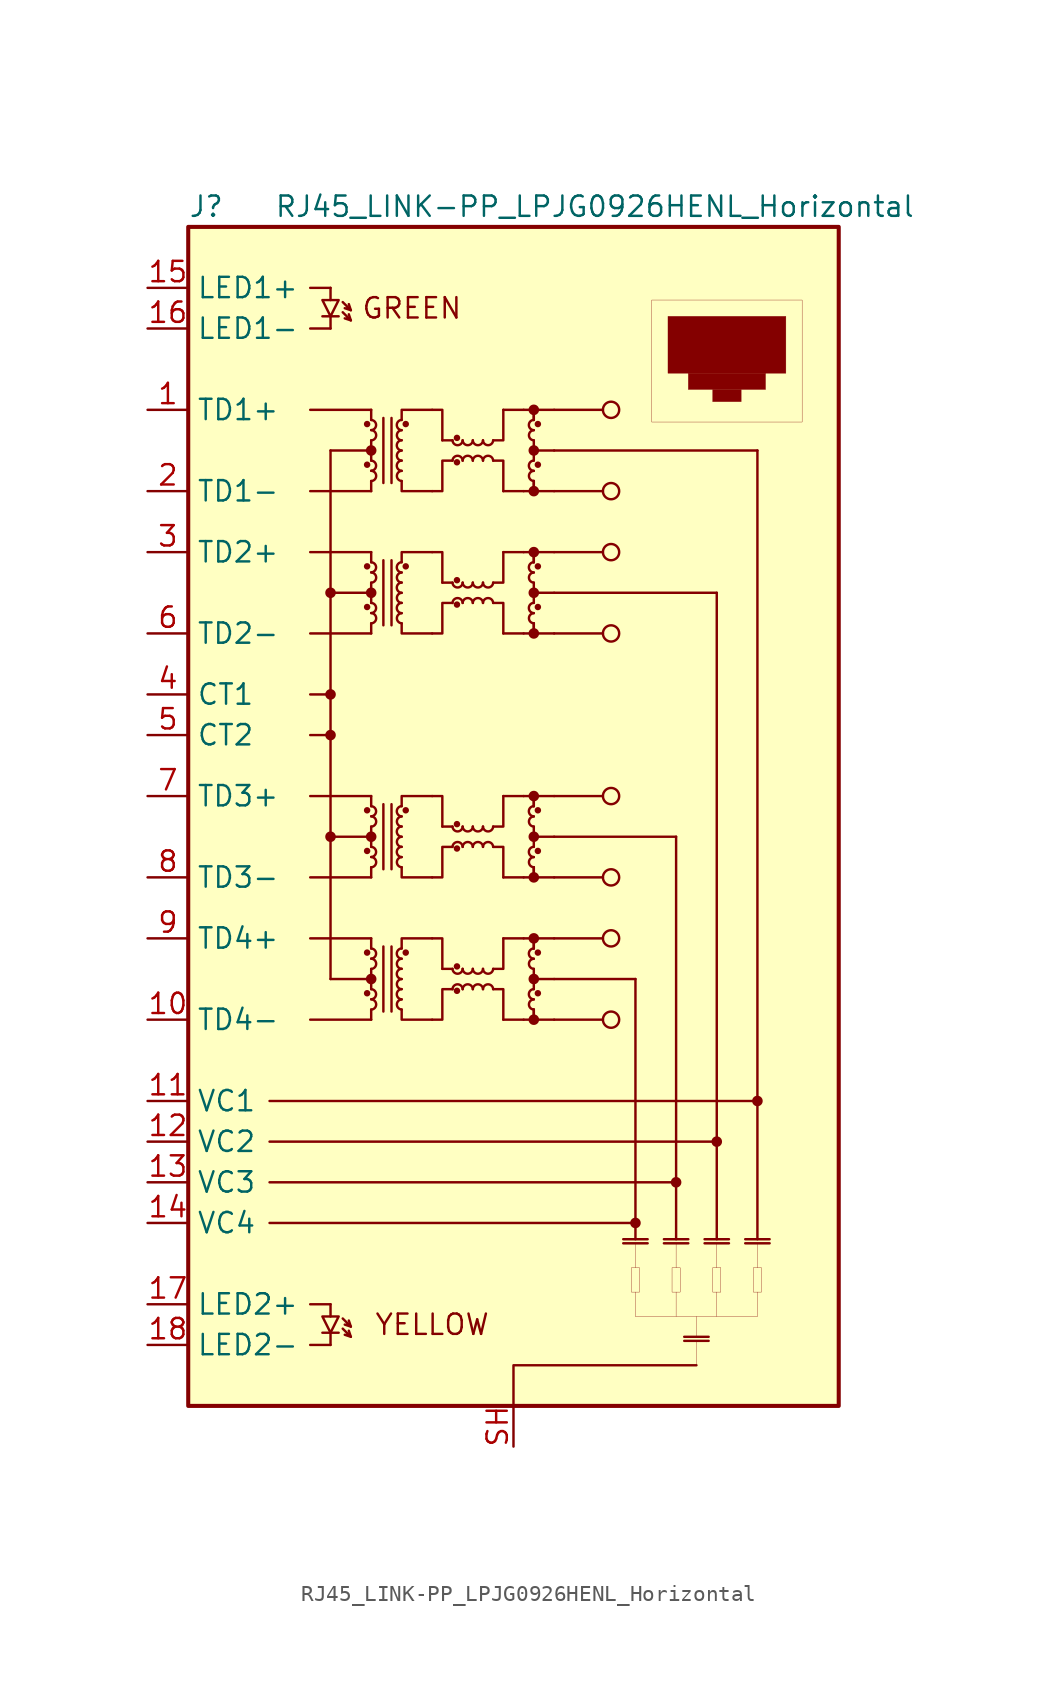
<source format=kicad_sym>
(kicad_symbol_lib
  (version 20211014)
  (generator kicad_symbol_editor)
  (symbol "RJ45_LINK-PP_LPJG0926HENL_Horizontal"
    (property "Reference" "J"
      (at -20.32 38.1 0)
      (effects (font (size 1.27 1.27)) (justify left)))
    (property "Value" "RJ45_LINK-PP_LPJG0926HENL_Horizontal"
      (at 5.08 38.1 0)
      (effects (font (size 1.27 1.27))))
    (symbol "RJ45_LINK-PP_LPJG0926HENL_Horizontal_0_0"
      (polyline (pts (xy 7.62 -31.242) (xy 15.24 -31.242)) (stroke (width 0.001) (type default) (color 0 0 0 0)) (fill (type none)))
      (polyline (pts (xy 7.62 -29.718) (xy 7.62 -31.242)) (stroke (width 0.001) (type default) (color 0 0 0 0)) (fill (type none)))
      (polyline (pts (xy 7.62 -26.67) (xy 7.62 -28.194)) (stroke (width 0.001) (type default) (color 0 0 0 0)) (fill (type none)))
      (polyline (pts (xy 10.16 -29.718) (xy 10.16 -31.242)) (stroke (width 0.001) (type default) (color 0 0 0 0)) (fill (type none)))
      (polyline (pts (xy 10.16 -26.67) (xy 10.16 -28.194)) (stroke (width 0.001) (type default) (color 0 0 0 0)) (fill (type none)))
      (polyline (pts (xy 11.43 -34.29) (xy 11.43 -32.766)) (stroke (width 0.001) (type default) (color 0 0 0 0)) (fill (type none)))
      (polyline (pts (xy 11.43 -32.512) (xy 11.43 -31.242)) (stroke (width 0.001) (type default) (color 0 0 0 0)) (fill (type none)))
      (polyline (pts (xy 12.7 -29.718) (xy 12.7 -31.242)) (stroke (width 0.001) (type default) (color 0 0 0 0)) (fill (type none)))
      (polyline (pts (xy 12.7 -26.67) (xy 12.7 -28.194)) (stroke (width 0.001) (type default) (color 0 0 0 0)) (fill (type none)))
      (polyline (pts (xy 15.24 -29.718) (xy 15.24 -31.242)) (stroke (width 0.001) (type default) (color 0 0 0 0)) (fill (type none)))
      (polyline (pts (xy 15.24 -26.67) (xy 15.24 -28.194)) (stroke (width 0.001) (type default) (color 0 0 0 0)) (fill (type none)))
      (rectangle (start 7.366 -28.194) (end 7.874 -29.718) (stroke (width 0.001) (type default) (color 0 0 0 0)) (fill (type none)))
      (rectangle (start 8.636 32.258) (end 18.034 24.638) (stroke (width 0.001) (type default) (color 0 0 0 0)) (fill (type none)))
      (rectangle (start 9.652 31.242) (end 17.018 27.686) (stroke (width 0.001) (type default) (color 0 0 0 0)) (fill (type outline)))
      (rectangle (start 9.906 -28.194) (end 10.414 -29.718) (stroke (width 0.001) (type default) (color 0 0 0 0)) (fill (type none)))
      (rectangle (start 10.922 27.686) (end 15.748 26.67) (stroke (width 0.001) (type default) (color 0 0 0 0)) (fill (type outline)))
      (rectangle (start 12.446 -28.194) (end 12.954 -29.718) (stroke (width 0.001) (type default) (color 0 0 0 0)) (fill (type none)))
      (rectangle (start 12.446 26.67) (end 14.224 25.908) (stroke (width 0.001) (type default) (color 0 0 0 0)) (fill (type outline)))
      (rectangle (start 14.986 -28.194) (end 15.494 -29.718) (stroke (width 0.001) (type default) (color 0 0 0 0)) (fill (type none)))
      (text "GREEN" (at -6.35 31.75 0) (effects (font (size 1.27 1.27))))
      (text "YELLOW" (at -5.08 -31.75 0) (effects (font (size 1.27 1.27)))))
    (symbol "RJ45_LINK-PP_LPJG0926HENL_Horizontal_0_1"
      (rectangle (start -20.32 36.83) (end 20.32 -36.83) (stroke (width 0.254) (type default) (color 0 0 0 0)) (fill (type background)))
      (circle (center -11.43 -1.27) (radius 0.254) (stroke (width 0) (type default) (color 0 0 0 0)) (fill (type outline)))
      (circle (center -11.43 5.08) (radius 0.254) (stroke (width 0) (type default) (color 0 0 0 0)) (fill (type outline)))
      (circle (center -11.43 7.62) (radius 0.254) (stroke (width 0) (type default) (color 0 0 0 0)) (fill (type outline)))
      (circle (center -11.43 13.97) (radius 0.254) (stroke (width 0) (type default) (color 0 0 0 0)) (fill (type outline)))
      (circle (center -9.144 -11.049) (radius 0.127) (stroke (width 0) (type default) (color 0 0 0 0)) (fill (type outline)))
      (circle (center -9.144 -8.509) (radius 0.127) (stroke (width 0) (type default) (color 0 0 0 0)) (fill (type outline)))
      (circle (center -9.144 -2.159) (radius 0.127) (stroke (width 0) (type default) (color 0 0 0 0)) (fill (type outline)))
      (circle (center -9.144 0.381) (radius 0.127) (stroke (width 0) (type default) (color 0 0 0 0)) (fill (type outline)))
      (circle (center -9.144 13.081) (radius 0.127) (stroke (width 0) (type default) (color 0 0 0 0)) (fill (type outline)))
      (circle (center -9.144 15.621) (radius 0.127) (stroke (width 0) (type default) (color 0 0 0 0)) (fill (type outline)))
      (circle (center -9.144 21.971) (radius 0.127) (stroke (width 0) (type default) (color 0 0 0 0)) (fill (type outline)))
      (circle (center -9.144 24.511) (radius 0.127) (stroke (width 0) (type default) (color 0 0 0 0)) (fill (type outline)))
      (arc (start -8.89 -12.065) (mid -8.5852 -11.7602) (end -8.89 -11.43) (stroke (width 0) (type default) (color 0 0 0 0)) (fill (type none)))
      (arc (start -8.89 -11.43) (mid -8.5852 -11.1252) (end -8.89 -10.795) (stroke (width 0) (type default) (color 0 0 0 0)) (fill (type none)))
      (circle (center -8.89 -10.16) (radius 0.254) (stroke (width 0) (type default) (color 0 0 0 0)) (fill (type outline)))
      (arc (start -8.89 -9.525) (mid -8.5852 -9.2202) (end -8.89 -8.89) (stroke (width 0) (type default) (color 0 0 0 0)) (fill (type none)))
      (arc (start -8.89 -8.89) (mid -8.5852 -8.5852) (end -8.89 -8.255) (stroke (width 0) (type default) (color 0 0 0 0)) (fill (type none)))
      (arc (start -8.89 -3.175) (mid -8.5852 -2.8702) (end -8.89 -2.54) (stroke (width 0) (type default) (color 0 0 0 0)) (fill (type none)))
      (arc (start -8.89 -2.54) (mid -8.5852 -2.2352) (end -8.89 -1.905) (stroke (width 0) (type default) (color 0 0 0 0)) (fill (type none)))
      (circle (center -8.89 -1.27) (radius 0.254) (stroke (width 0) (type default) (color 0 0 0 0)) (fill (type outline)))
      (arc (start -8.89 -0.635) (mid -8.5852 -0.3302) (end -8.89 0) (stroke (width 0) (type default) (color 0 0 0 0)) (fill (type none)))
      (arc (start -8.89 0) (mid -8.5852 0.3048) (end -8.89 0.635) (stroke (width 0) (type default) (color 0 0 0 0)) (fill (type none)))
      (arc (start -8.89 12.065) (mid -8.5852 12.3698) (end -8.89 12.7) (stroke (width 0) (type default) (color 0 0 0 0)) (fill (type none)))
      (arc (start -8.89 12.7) (mid -8.5852 13.0048) (end -8.89 13.335) (stroke (width 0) (type default) (color 0 0 0 0)) (fill (type none)))
      (circle (center -8.89 13.97) (radius 0.254) (stroke (width 0) (type default) (color 0 0 0 0)) (fill (type outline)))
      (arc (start -8.89 14.605) (mid -8.5852 14.9098) (end -8.89 15.24) (stroke (width 0) (type default) (color 0 0 0 0)) (fill (type none)))
      (arc (start -8.89 15.24) (mid -8.5852 15.5448) (end -8.89 15.875) (stroke (width 0) (type default) (color 0 0 0 0)) (fill (type none)))
      (arc (start -8.89 20.955) (mid -8.5852 21.2598) (end -8.89 21.59) (stroke (width 0) (type default) (color 0 0 0 0)) (fill (type none)))
      (arc (start -8.89 21.59) (mid -8.5852 21.8948) (end -8.89 22.225) (stroke (width 0) (type default) (color 0 0 0 0)) (fill (type none)))
      (circle (center -8.89 22.86) (radius 0.254) (stroke (width 0) (type default) (color 0 0 0 0)) (fill (type outline)))
      (arc (start -8.89 23.495) (mid -8.5852 23.7998) (end -8.89 24.13) (stroke (width 0) (type default) (color 0 0 0 0)) (fill (type none)))
      (arc (start -8.89 24.13) (mid -8.5852 24.4348) (end -8.89 24.765) (stroke (width 0) (type default) (color 0 0 0 0)) (fill (type none)))
      (arc (start -6.985 -11.43) (mid -7.2898 -11.7348) (end -6.985 -12.065) (stroke (width 0) (type default) (color 0 0 0 0)) (fill (type none)))
      (arc (start -6.985 -10.795) (mid -7.2898 -11.0998) (end -6.985 -11.43) (stroke (width 0) (type default) (color 0 0 0 0)) (fill (type none)))
      (arc (start -6.985 -10.16) (mid -7.2898 -10.4648) (end -6.985 -10.795) (stroke (width 0) (type default) (color 0 0 0 0)) (fill (type none)))
      (arc (start -6.985 -9.525) (mid -7.2898 -9.8298) (end -6.985 -10.16) (stroke (width 0) (type default) (color 0 0 0 0)) (fill (type none)))
      (arc (start -6.985 -8.89) (mid -7.2898 -9.1948) (end -6.985 -9.525) (stroke (width 0) (type default) (color 0 0 0 0)) (fill (type none)))
      (arc (start -6.985 -8.255) (mid -7.2898 -8.5598) (end -6.985 -8.89) (stroke (width 0) (type default) (color 0 0 0 0)) (fill (type none)))
      (arc (start -6.985 -2.54) (mid -7.2898 -2.8448) (end -6.985 -3.175) (stroke (width 0) (type default) (color 0 0 0 0)) (fill (type none)))
      (arc (start -6.985 -1.905) (mid -7.2898 -2.2098) (end -6.985 -2.54) (stroke (width 0) (type default) (color 0 0 0 0)) (fill (type none)))
      (arc (start -6.985 -1.27) (mid -7.2898 -1.5748) (end -6.985 -1.905) (stroke (width 0) (type default) (color 0 0 0 0)) (fill (type none)))
      (arc (start -6.985 -0.635) (mid -7.2898 -0.9398) (end -6.985 -1.27) (stroke (width 0) (type default) (color 0 0 0 0)) (fill (type none)))
      (arc (start -6.985 0) (mid -7.2898 -0.3048) (end -6.985 -0.635) (stroke (width 0) (type default) (color 0 0 0 0)) (fill (type none)))
      (arc (start -6.985 0.635) (mid -7.2898 0.3302) (end -6.985 0) (stroke (width 0) (type default) (color 0 0 0 0)) (fill (type none)))
      (arc (start -6.985 12.7) (mid -7.2898 12.3952) (end -6.985 12.065) (stroke (width 0) (type default) (color 0 0 0 0)) (fill (type none)))
      (arc (start -6.985 13.335) (mid -7.2898 13.0302) (end -6.985 12.7) (stroke (width 0) (type default) (color 0 0 0 0)) (fill (type none)))
      (arc (start -6.985 13.97) (mid -7.2898 13.6652) (end -6.985 13.335) (stroke (width 0) (type default) (color 0 0 0 0)) (fill (type none)))
      (arc (start -6.985 14.605) (mid -7.2898 14.3002) (end -6.985 13.97) (stroke (width 0) (type default) (color 0 0 0 0)) (fill (type none)))
      (arc (start -6.985 15.24) (mid -7.2898 14.9352) (end -6.985 14.605) (stroke (width 0) (type default) (color 0 0 0 0)) (fill (type none)))
      (arc (start -6.985 15.875) (mid -7.2898 15.5702) (end -6.985 15.24) (stroke (width 0) (type default) (color 0 0 0 0)) (fill (type none)))
      (arc (start -6.985 21.59) (mid -7.2898 21.2852) (end -6.985 20.955) (stroke (width 0) (type default) (color 0 0 0 0)) (fill (type none)))
      (arc (start -6.985 22.225) (mid -7.2898 21.9202) (end -6.985 21.59) (stroke (width 0) (type default) (color 0 0 0 0)) (fill (type none)))
      (arc (start -6.985 22.86) (mid -7.2898 22.5552) (end -6.985 22.225) (stroke (width 0) (type default) (color 0 0 0 0)) (fill (type none)))
      (arc (start -6.985 23.495) (mid -7.2898 23.1902) (end -6.985 22.86) (stroke (width 0) (type default) (color 0 0 0 0)) (fill (type none)))
      (arc (start -6.985 24.13) (mid -7.2898 23.8252) (end -6.985 23.495) (stroke (width 0) (type default) (color 0 0 0 0)) (fill (type none)))
      (arc (start -6.985 24.765) (mid -7.2898 24.4602) (end -6.985 24.13) (stroke (width 0) (type default) (color 0 0 0 0)) (fill (type none)))
      (circle (center -6.731 -8.509) (radius 0.127) (stroke (width 0) (type default) (color 0 0 0 0)) (fill (type outline)))
      (circle (center -6.731 0.381) (radius 0.127) (stroke (width 0) (type default) (color 0 0 0 0)) (fill (type outline)))
      (circle (center -6.731 15.621) (radius 0.127) (stroke (width 0) (type default) (color 0 0 0 0)) (fill (type outline)))
      (circle (center -6.731 24.511) (radius 0.127) (stroke (width 0) (type default) (color 0 0 0 0)) (fill (type outline)))
      (arc (start -3.81 -9.525) (mid -3.5052 -9.8298) (end -3.175 -9.525) (stroke (width 0) (type default) (color 0 0 0 0)) (fill (type none)))
      (arc (start -3.81 -0.635) (mid -3.5052 -0.9398) (end -3.175 -0.635) (stroke (width 0) (type default) (color 0 0 0 0)) (fill (type none)))
      (arc (start -3.81 14.605) (mid -3.5052 14.3002) (end -3.175 14.605) (stroke (width 0) (type default) (color 0 0 0 0)) (fill (type none)))
      (arc (start -3.81 23.495) (mid -3.5052 23.1902) (end -3.175 23.495) (stroke (width 0) (type default) (color 0 0 0 0)) (fill (type none)))
      (circle (center -3.531 -10.897) (radius 0.127) (stroke (width 0) (type default) (color 0 0 0 0)) (fill (type outline)))
      (circle (center -3.531 -9.373) (radius 0.127) (stroke (width 0) (type default) (color 0 0 0 0)) (fill (type outline)))
      (circle (center -3.531 -2.007) (radius 0.127) (stroke (width 0) (type default) (color 0 0 0 0)) (fill (type outline)))
      (circle (center -3.531 -0.483) (radius 0.127) (stroke (width 0) (type default) (color 0 0 0 0)) (fill (type outline)))
      (circle (center -3.531 13.233) (radius 0.127) (stroke (width 0) (type default) (color 0 0 0 0)) (fill (type outline)))
      (circle (center -3.531 14.757) (radius 0.127) (stroke (width 0) (type default) (color 0 0 0 0)) (fill (type outline)))
      (circle (center -3.531 22.123) (radius 0.127) (stroke (width 0) (type default) (color 0 0 0 0)) (fill (type outline)))
      (circle (center -3.531 23.647) (radius 0.127) (stroke (width 0) (type default) (color 0 0 0 0)) (fill (type outline)))
      (arc (start -3.175 -10.795) (mid -3.4798 -10.4902) (end -3.81 -10.795) (stroke (width 0) (type default) (color 0 0 0 0)) (fill (type none)))
      (arc (start -3.175 -9.525) (mid -2.8702 -9.8298) (end -2.54 -9.525) (stroke (width 0) (type default) (color 0 0 0 0)) (fill (type none)))
      (arc (start -3.175 -1.905) (mid -3.4798 -1.6002) (end -3.81 -1.905) (stroke (width 0) (type default) (color 0 0 0 0)) (fill (type none)))
      (arc (start -3.175 -0.635) (mid -2.8702 -0.9398) (end -2.54 -0.635) (stroke (width 0) (type default) (color 0 0 0 0)) (fill (type none)))
      (arc (start -3.175 13.335) (mid -3.4798 13.6398) (end -3.81 13.335) (stroke (width 0) (type default) (color 0 0 0 0)) (fill (type none)))
      (arc (start -3.175 14.605) (mid -2.8702 14.3002) (end -2.54 14.605) (stroke (width 0) (type default) (color 0 0 0 0)) (fill (type none)))
      (arc (start -3.175 22.225) (mid -3.4798 22.5298) (end -3.81 22.225) (stroke (width 0) (type default) (color 0 0 0 0)) (fill (type none)))
      (arc (start -3.175 23.495) (mid -2.8702 23.1902) (end -2.54 23.495) (stroke (width 0) (type default) (color 0 0 0 0)) (fill (type none)))
      (arc (start -2.54 -10.795) (mid -2.8448 -10.4902) (end -3.175 -10.795) (stroke (width 0) (type default) (color 0 0 0 0)) (fill (type none)))
      (arc (start -2.54 -9.525) (mid -2.2352 -9.8298) (end -1.905 -9.525) (stroke (width 0) (type default) (color 0 0 0 0)) (fill (type none)))
      (arc (start -2.54 -1.905) (mid -2.8448 -1.6002) (end -3.175 -1.905) (stroke (width 0) (type default) (color 0 0 0 0)) (fill (type none)))
      (arc (start -2.54 -0.635) (mid -2.2352 -0.9398) (end -1.905 -0.635) (stroke (width 0) (type default) (color 0 0 0 0)) (fill (type none)))
      (arc (start -2.54 13.335) (mid -2.8448 13.6398) (end -3.175 13.335) (stroke (width 0) (type default) (color 0 0 0 0)) (fill (type none)))
      (arc (start -2.54 14.605) (mid -2.2352 14.3002) (end -1.905 14.605) (stroke (width 0) (type default) (color 0 0 0 0)) (fill (type none)))
      (arc (start -2.54 22.225) (mid -2.8448 22.5298) (end -3.175 22.225) (stroke (width 0) (type default) (color 0 0 0 0)) (fill (type none)))
      (arc (start -2.54 23.495) (mid -2.2352 23.1902) (end -1.905 23.495) (stroke (width 0) (type default) (color 0 0 0 0)) (fill (type none)))
      (arc (start -1.905 -10.795) (mid -2.2098 -10.4902) (end -2.54 -10.795) (stroke (width 0) (type default) (color 0 0 0 0)) (fill (type none)))
      (arc (start -1.905 -9.525) (mid -1.6002 -9.8298) (end -1.27 -9.525) (stroke (width 0) (type default) (color 0 0 0 0)) (fill (type none)))
      (arc (start -1.905 -1.905) (mid -2.2098 -1.6002) (end -2.54 -1.905) (stroke (width 0) (type default) (color 0 0 0 0)) (fill (type none)))
      (arc (start -1.905 -0.635) (mid -1.6002 -0.9398) (end -1.27 -0.635) (stroke (width 0) (type default) (color 0 0 0 0)) (fill (type none)))
      (arc (start -1.905 13.335) (mid -2.2098 13.6398) (end -2.54 13.335) (stroke (width 0) (type default) (color 0 0 0 0)) (fill (type none)))
      (arc (start -1.905 14.605) (mid -1.6002 14.3002) (end -1.27 14.605) (stroke (width 0) (type default) (color 0 0 0 0)) (fill (type none)))
      (arc (start -1.905 22.225) (mid -2.2098 22.5298) (end -2.54 22.225) (stroke (width 0) (type default) (color 0 0 0 0)) (fill (type none)))
      (arc (start -1.905 23.495) (mid -1.6002 23.1902) (end -1.27 23.495) (stroke (width 0) (type default) (color 0 0 0 0)) (fill (type none)))
      (arc (start -1.27 -10.795) (mid -1.5748 -10.4902) (end -1.905 -10.795) (stroke (width 0) (type default) (color 0 0 0 0)) (fill (type none)))
      (arc (start -1.27 -1.905) (mid -1.5748 -1.6002) (end -1.905 -1.905) (stroke (width 0) (type default) (color 0 0 0 0)) (fill (type none)))
      (arc (start -1.27 13.335) (mid -1.5748 13.6398) (end -1.905 13.335) (stroke (width 0) (type default) (color 0 0 0 0)) (fill (type none)))
      (arc (start -1.27 22.225) (mid -1.5748 22.5298) (end -1.905 22.225) (stroke (width 0) (type default) (color 0 0 0 0)) (fill (type none)))
      (polyline (pts (xy -15.24 -25.4) (xy 7.62 -25.4)) (stroke (width 0) (type default) (color 0 0 0 0)) (fill (type none)))
      (polyline (pts (xy -15.24 -22.86) (xy 10.16 -22.86)) (stroke (width 0) (type default) (color 0 0 0 0)) (fill (type none)))
      (polyline (pts (xy -15.24 -20.32) (xy 12.7 -20.32)) (stroke (width 0) (type default) (color 0 0 0 0)) (fill (type none)))
      (polyline (pts (xy -15.24 -17.78) (xy 15.24 -17.78)) (stroke (width 0) (type default) (color 0 0 0 0)) (fill (type none)))
      (polyline (pts (xy -12.7 -12.7) (xy -8.89 -12.7)) (stroke (width 0) (type default) (color 0 0 0 0)) (fill (type none)))
      (polyline (pts (xy -12.7 -7.62) (xy -8.89 -7.62)) (stroke (width 0) (type default) (color 0 0 0 0)) (fill (type none)))
      (polyline (pts (xy -12.7 -3.81) (xy -8.89 -3.81)) (stroke (width 0) (type default) (color 0 0 0 0)) (fill (type none)))
      (polyline (pts (xy -12.7 1.27) (xy -8.89 1.27)) (stroke (width 0) (type default) (color 0 0 0 0)) (fill (type none)))
      (polyline (pts (xy -12.7 5.08) (xy -11.43 5.08)) (stroke (width 0) (type default) (color 0 0 0 0)) (fill (type none)))
      (polyline (pts (xy -12.7 7.62) (xy -11.43 7.62)) (stroke (width 0) (type default) (color 0 0 0 0)) (fill (type none)))
      (polyline (pts (xy -12.7 11.43) (xy -8.89 11.43)) (stroke (width 0) (type default) (color 0 0 0 0)) (fill (type none)))
      (polyline (pts (xy -12.7 16.51) (xy -8.89 16.51)) (stroke (width 0) (type default) (color 0 0 0 0)) (fill (type none)))
      (polyline (pts (xy -12.7 20.32) (xy -8.89 20.32)) (stroke (width 0) (type default) (color 0 0 0 0)) (fill (type none)))
      (polyline (pts (xy -12.7 25.4) (xy -8.89 25.4)) (stroke (width 0) (type default) (color 0 0 0 0)) (fill (type none)))
      (polyline (pts (xy -11.43 -10.16) (xy -11.43 22.86)) (stroke (width 0) (type default) (color 0 0 0 0)) (fill (type none)))
      (polyline (pts (xy -11.43 -10.16) (xy -8.89 -10.16)) (stroke (width 0) (type default) (color 0 0 0 0)) (fill (type none)))
      (polyline (pts (xy -11.43 -1.27) (xy -8.89 -1.27)) (stroke (width 0) (type default) (color 0 0 0 0)) (fill (type none)))
      (polyline (pts (xy -11.43 13.97) (xy -8.89 13.97)) (stroke (width 0) (type default) (color 0 0 0 0)) (fill (type none)))
      (polyline (pts (xy -11.43 22.86) (xy -8.89 22.86)) (stroke (width 0) (type default) (color 0 0 0 0)) (fill (type none)))
      (polyline (pts (xy -8.89 -12.7) (xy -8.89 -12.065)) (stroke (width 0) (type default) (color 0 0 0 0)) (fill (type none)))
      (polyline (pts (xy -8.89 -10.16) (xy -8.89 -10.795)) (stroke (width 0) (type default) (color 0 0 0 0)) (fill (type none)))
      (polyline (pts (xy -8.89 -10.16) (xy -8.89 -9.525)) (stroke (width 0) (type default) (color 0 0 0 0)) (fill (type none)))
      (polyline (pts (xy -8.89 -7.62) (xy -8.89 -8.255)) (stroke (width 0) (type default) (color 0 0 0 0)) (fill (type none)))
      (polyline (pts (xy -8.89 -3.81) (xy -8.89 -3.175)) (stroke (width 0) (type default) (color 0 0 0 0)) (fill (type none)))
      (polyline (pts (xy -8.89 -1.27) (xy -8.89 -1.905)) (stroke (width 0) (type default) (color 0 0 0 0)) (fill (type none)))
      (polyline (pts (xy -8.89 -1.27) (xy -8.89 -0.635)) (stroke (width 0) (type default) (color 0 0 0 0)) (fill (type none)))
      (polyline (pts (xy -8.89 1.27) (xy -8.89 0.635)) (stroke (width 0) (type default) (color 0 0 0 0)) (fill (type none)))
      (polyline (pts (xy -8.89 11.43) (xy -8.89 12.065)) (stroke (width 0) (type default) (color 0 0 0 0)) (fill (type none)))
      (polyline (pts (xy -8.89 13.97) (xy -8.89 13.335)) (stroke (width 0) (type default) (color 0 0 0 0)) (fill (type none)))
      (polyline (pts (xy -8.89 13.97) (xy -8.89 14.605)) (stroke (width 0) (type default) (color 0 0 0 0)) (fill (type none)))
      (polyline (pts (xy -8.89 16.51) (xy -8.89 15.875)) (stroke (width 0) (type default) (color 0 0 0 0)) (fill (type none)))
      (polyline (pts (xy -8.89 20.32) (xy -8.89 20.955)) (stroke (width 0) (type default) (color 0 0 0 0)) (fill (type none)))
      (polyline (pts (xy -8.89 22.86) (xy -8.89 22.225)) (stroke (width 0) (type default) (color 0 0 0 0)) (fill (type none)))
      (polyline (pts (xy -8.89 22.86) (xy -8.89 23.495)) (stroke (width 0) (type default) (color 0 0 0 0)) (fill (type none)))
      (polyline (pts (xy -8.89 25.4) (xy -8.89 24.765)) (stroke (width 0) (type default) (color 0 0 0 0)) (fill (type none)))
      (polyline (pts (xy -8.128 -12.192) (xy -8.128 -8.128)) (stroke (width 0) (type default) (color 0 0 0 0)) (fill (type none)))
      (polyline (pts (xy -8.128 -3.302) (xy -8.128 0.762)) (stroke (width 0) (type default) (color 0 0 0 0)) (fill (type none)))
      (polyline (pts (xy -8.128 11.938) (xy -8.128 16.002)) (stroke (width 0) (type default) (color 0 0 0 0)) (fill (type none)))
      (polyline (pts (xy -8.128 20.828) (xy -8.128 24.892)) (stroke (width 0) (type default) (color 0 0 0 0)) (fill (type none)))
      (polyline (pts (xy -7.62 -12.192) (xy -7.62 -8.128)) (stroke (width 0) (type default) (color 0 0 0 0)) (fill (type none)))
      (polyline (pts (xy -7.62 -3.302) (xy -7.62 0.762)) (stroke (width 0) (type default) (color 0 0 0 0)) (fill (type none)))
      (polyline (pts (xy -7.62 11.938) (xy -7.62 16.002)) (stroke (width 0) (type default) (color 0 0 0 0)) (fill (type none)))
      (polyline (pts (xy -7.62 20.828) (xy -7.62 24.892)) (stroke (width 0) (type default) (color 0 0 0 0)) (fill (type none)))
      (polyline (pts (xy -4.445 -9.525) (xy -3.81 -9.525)) (stroke (width 0) (type default) (color 0 0 0 0)) (fill (type none)))
      (polyline (pts (xy -4.445 -0.635) (xy -3.81 -0.635)) (stroke (width 0) (type default) (color 0 0 0 0)) (fill (type none)))
      (polyline (pts (xy -4.445 14.605) (xy -3.81 14.605)) (stroke (width 0) (type default) (color 0 0 0 0)) (fill (type none)))
      (polyline (pts (xy -4.445 23.495) (xy -3.81 23.495)) (stroke (width 0) (type default) (color 0 0 0 0)) (fill (type none)))
      (polyline (pts (xy -0.635 -12.7) (xy 0.635 -12.7)) (stroke (width 0) (type default) (color 0 0 0 0)) (fill (type none)))
      (polyline (pts (xy -0.635 -7.62) (xy 0.635 -7.62)) (stroke (width 0) (type default) (color 0 0 0 0)) (fill (type none)))
      (polyline (pts (xy -0.635 -3.81) (xy 0.635 -3.81)) (stroke (width 0) (type default) (color 0 0 0 0)) (fill (type none)))
      (polyline (pts (xy -0.635 1.27) (xy 0.635 1.27)) (stroke (width 0) (type default) (color 0 0 0 0)) (fill (type none)))
      (polyline (pts (xy -0.635 11.43) (xy 0.635 11.43)) (stroke (width 0) (type default) (color 0 0 0 0)) (fill (type none)))
      (polyline (pts (xy -0.635 16.51) (xy 0.635 16.51)) (stroke (width 0) (type default) (color 0 0 0 0)) (fill (type none)))
      (polyline (pts (xy -0.635 20.32) (xy 0.635 20.32)) (stroke (width 0) (type default) (color 0 0 0 0)) (fill (type none)))
      (polyline (pts (xy -0.635 25.4) (xy 0.635 25.4)) (stroke (width 0) (type default) (color 0 0 0 0)) (fill (type none)))
      (polyline (pts (xy 1.27 -12.7) (xy 1.27 -12.065)) (stroke (width 0) (type default) (color 0 0 0 0)) (fill (type none)))
      (polyline (pts (xy 1.27 -10.16) (xy 1.27 -10.795)) (stroke (width 0) (type default) (color 0 0 0 0)) (fill (type none)))
      (polyline (pts (xy 1.27 -10.16) (xy 1.27 -9.525)) (stroke (width 0) (type default) (color 0 0 0 0)) (fill (type none)))
      (polyline (pts (xy 1.27 -7.62) (xy 1.27 -8.255)) (stroke (width 0) (type default) (color 0 0 0 0)) (fill (type none)))
      (polyline (pts (xy 1.27 -3.81) (xy 1.27 -3.175)) (stroke (width 0) (type default) (color 0 0 0 0)) (fill (type none)))
      (polyline (pts (xy 1.27 -1.27) (xy 1.27 -1.905)) (stroke (width 0) (type default) (color 0 0 0 0)) (fill (type none)))
      (polyline (pts (xy 1.27 -1.27) (xy 1.27 -0.635)) (stroke (width 0) (type default) (color 0 0 0 0)) (fill (type none)))
      (polyline (pts (xy 1.27 1.27) (xy 1.27 0.635)) (stroke (width 0) (type default) (color 0 0 0 0)) (fill (type none)))
      (polyline (pts (xy 1.27 11.43) (xy 1.27 12.065)) (stroke (width 0) (type default) (color 0 0 0 0)) (fill (type none)))
      (polyline (pts (xy 1.27 13.97) (xy 1.27 13.335)) (stroke (width 0) (type default) (color 0 0 0 0)) (fill (type none)))
      (polyline (pts (xy 1.27 13.97) (xy 1.27 14.605)) (stroke (width 0) (type default) (color 0 0 0 0)) (fill (type none)))
      (polyline (pts (xy 1.27 16.51) (xy 1.27 15.875)) (stroke (width 0) (type default) (color 0 0 0 0)) (fill (type none)))
      (polyline (pts (xy 1.27 20.32) (xy 1.27 20.955)) (stroke (width 0) (type default) (color 0 0 0 0)) (fill (type none)))
      (polyline (pts (xy 1.27 22.86) (xy 1.27 22.225)) (stroke (width 0) (type default) (color 0 0 0 0)) (fill (type none)))
      (polyline (pts (xy 1.27 22.86) (xy 1.27 23.495)) (stroke (width 0) (type default) (color 0 0 0 0)) (fill (type none)))
      (polyline (pts (xy 1.27 25.4) (xy 1.27 24.765)) (stroke (width 0) (type default) (color 0 0 0 0)) (fill (type none)))
      (polyline (pts (xy 2.54 -12.7) (xy 1.27 -12.7)) (stroke (width 0) (type default) (color 0 0 0 0)) (fill (type none)))
      (polyline (pts (xy 2.54 -12.7) (xy 5.588 -12.7)) (stroke (width 0) (type default) (color 0 0 0 0)) (fill (type none)))
      (polyline (pts (xy 2.54 -10.16) (xy 1.27 -10.16)) (stroke (width 0) (type default) (color 0 0 0 0)) (fill (type none)))
      (polyline (pts (xy 2.54 -10.16) (xy 7.62 -10.16)) (stroke (width 0) (type default) (color 0 0 0 0)) (fill (type none)))
      (polyline (pts (xy 2.54 -7.62) (xy 1.27 -7.62)) (stroke (width 0) (type default) (color 0 0 0 0)) (fill (type none)))
      (polyline (pts (xy 2.54 -7.62) (xy 5.588 -7.62)) (stroke (width 0) (type default) (color 0 0 0 0)) (fill (type none)))
      (polyline (pts (xy 2.54 -3.81) (xy 1.27 -3.81)) (stroke (width 0) (type default) (color 0 0 0 0)) (fill (type none)))
      (polyline (pts (xy 2.54 -3.81) (xy 5.588 -3.81)) (stroke (width 0) (type default) (color 0 0 0 0)) (fill (type none)))
      (polyline (pts (xy 2.54 -1.27) (xy 1.27 -1.27)) (stroke (width 0) (type default) (color 0 0 0 0)) (fill (type none)))
      (polyline (pts (xy 2.54 -1.27) (xy 10.16 -1.27)) (stroke (width 0) (type default) (color 0 0 0 0)) (fill (type none)))
      (polyline (pts (xy 2.54 1.27) (xy 1.27 1.27)) (stroke (width 0) (type default) (color 0 0 0 0)) (fill (type none)))
      (polyline (pts (xy 2.54 1.27) (xy 5.588 1.27)) (stroke (width 0) (type default) (color 0 0 0 0)) (fill (type none)))
      (polyline (pts (xy 2.54 11.43) (xy 1.27 11.43)) (stroke (width 0) (type default) (color 0 0 0 0)) (fill (type none)))
      (polyline (pts (xy 2.54 11.43) (xy 5.588 11.43)) (stroke (width 0) (type default) (color 0 0 0 0)) (fill (type none)))
      (polyline (pts (xy 2.54 13.97) (xy 1.27 13.97)) (stroke (width 0) (type default) (color 0 0 0 0)) (fill (type none)))
      (polyline (pts (xy 2.54 13.97) (xy 12.7 13.97)) (stroke (width 0) (type default) (color 0 0 0 0)) (fill (type none)))
      (polyline (pts (xy 2.54 16.51) (xy 1.27 16.51)) (stroke (width 0) (type default) (color 0 0 0 0)) (fill (type none)))
      (polyline (pts (xy 2.54 16.51) (xy 5.588 16.51)) (stroke (width 0) (type default) (color 0 0 0 0)) (fill (type none)))
      (polyline (pts (xy 2.54 20.32) (xy 1.27 20.32)) (stroke (width 0) (type default) (color 0 0 0 0)) (fill (type none)))
      (polyline (pts (xy 2.54 20.32) (xy 5.588 20.32)) (stroke (width 0) (type default) (color 0 0 0 0)) (fill (type none)))
      (polyline (pts (xy 2.54 22.86) (xy 1.27 22.86)) (stroke (width 0) (type default) (color 0 0 0 0)) (fill (type none)))
      (polyline (pts (xy 2.54 25.4) (xy 1.27 25.4)) (stroke (width 0) (type default) (color 0 0 0 0)) (fill (type none)))
      (polyline (pts (xy 2.54 25.4) (xy 5.588 25.4)) (stroke (width 0) (type default) (color 0 0 0 0)) (fill (type none)))
      (polyline (pts (xy 7.62 -26.416) (xy 7.62 -10.16)) (stroke (width 0) (type default) (color 0 0 0 0)) (fill (type none)))
      (polyline (pts (xy 8.382 -26.67) (xy 6.858 -26.67)) (stroke (width 0) (type default) (color 0 0 0 0)) (fill (type none)))
      (polyline (pts (xy 8.382 -26.416) (xy 6.858 -26.416)) (stroke (width 0) (type default) (color 0 0 0 0)) (fill (type none)))
      (polyline (pts (xy 10.16 -26.416) (xy 10.16 -1.27)) (stroke (width 0) (type default) (color 0 0 0 0)) (fill (type none)))
      (polyline (pts (xy 10.922 -26.67) (xy 9.398 -26.67)) (stroke (width 0) (type default) (color 0 0 0 0)) (fill (type none)))
      (polyline (pts (xy 10.922 -26.416) (xy 9.398 -26.416)) (stroke (width 0) (type default) (color 0 0 0 0)) (fill (type none)))
      (polyline (pts (xy 12.192 -32.766) (xy 10.668 -32.766)) (stroke (width 0) (type default) (color 0 0 0 0)) (fill (type none)))
      (polyline (pts (xy 12.192 -32.512) (xy 10.668 -32.512)) (stroke (width 0) (type default) (color 0 0 0 0)) (fill (type none)))
      (polyline (pts (xy 12.7 -26.416) (xy 12.7 13.97)) (stroke (width 0) (type default) (color 0 0 0 0)) (fill (type none)))
      (polyline (pts (xy 13.462 -26.67) (xy 11.938 -26.67)) (stroke (width 0) (type default) (color 0 0 0 0)) (fill (type none)))
      (polyline (pts (xy 13.462 -26.416) (xy 11.938 -26.416)) (stroke (width 0) (type default) (color 0 0 0 0)) (fill (type none)))
      (polyline (pts (xy 15.24 -26.416) (xy 15.24 22.86)) (stroke (width 0) (type default) (color 0 0 0 0)) (fill (type none)))
      (polyline (pts (xy 15.24 22.86) (xy 2.54 22.86)) (stroke (width 0) (type default) (color 0 0 0 0)) (fill (type none)))
      (polyline (pts (xy 16.002 -26.67) (xy 14.478 -26.67)) (stroke (width 0) (type default) (color 0 0 0 0)) (fill (type none)))
      (polyline (pts (xy 16.002 -26.416) (xy 14.478 -26.416)) (stroke (width 0) (type default) (color 0 0 0 0)) (fill (type none)))
      (polyline (pts (xy -6.985 -12.065) (xy -6.985 -12.7) (xy -5.08 -12.7)) (stroke (width 0) (type default) (color 0 0 0 0)) (fill (type none)))
      (polyline (pts (xy -6.985 -8.255) (xy -6.985 -7.62) (xy -5.08 -7.62)) (stroke (width 0) (type default) (color 0 0 0 0)) (fill (type none)))
      (polyline (pts (xy -6.985 -3.175) (xy -6.985 -3.81) (xy -5.08 -3.81)) (stroke (width 0) (type default) (color 0 0 0 0)) (fill (type none)))
      (polyline (pts (xy -6.985 0.635) (xy -6.985 1.27) (xy -5.08 1.27)) (stroke (width 0) (type default) (color 0 0 0 0)) (fill (type none)))
      (polyline (pts (xy -6.985 12.065) (xy -6.985 11.43) (xy -5.08 11.43)) (stroke (width 0) (type default) (color 0 0 0 0)) (fill (type none)))
      (polyline (pts (xy -6.985 15.875) (xy -6.985 16.51) (xy -5.08 16.51)) (stroke (width 0) (type default) (color 0 0 0 0)) (fill (type none)))
      (polyline (pts (xy -6.985 20.955) (xy -6.985 20.32) (xy -5.08 20.32)) (stroke (width 0) (type default) (color 0 0 0 0)) (fill (type none)))
      (polyline (pts (xy -6.985 24.765) (xy -6.985 25.4) (xy -5.08 25.4)) (stroke (width 0) (type default) (color 0 0 0 0)) (fill (type none)))
      (polyline (pts (xy -5.08 -7.62) (xy -4.445 -7.62) (xy -4.445 -9.525)) (stroke (width 0) (type default) (color 0 0 0 0)) (fill (type none)))
      (polyline (pts (xy -5.08 1.27) (xy -4.445 1.27) (xy -4.445 -0.635)) (stroke (width 0) (type default) (color 0 0 0 0)) (fill (type none)))
      (polyline (pts (xy -5.08 16.51) (xy -4.445 16.51) (xy -4.445 14.605)) (stroke (width 0) (type default) (color 0 0 0 0)) (fill (type none)))
      (polyline (pts (xy -5.08 25.4) (xy -4.445 25.4) (xy -4.445 23.495)) (stroke (width 0) (type default) (color 0 0 0 0)) (fill (type none)))
      (polyline (pts (xy -1.27 -10.795) (xy -0.635 -10.795) (xy -0.635 -12.7)) (stroke (width 0) (type default) (color 0 0 0 0)) (fill (type none)))
      (polyline (pts (xy -1.27 -9.525) (xy -0.635 -9.525) (xy -0.635 -7.62)) (stroke (width 0) (type default) (color 0 0 0 0)) (fill (type none)))
      (polyline (pts (xy -1.27 -1.905) (xy -0.635 -1.905) (xy -0.635 -3.81)) (stroke (width 0) (type default) (color 0 0 0 0)) (fill (type none)))
      (polyline (pts (xy -1.27 -0.635) (xy -0.635 -0.635) (xy -0.635 1.27)) (stroke (width 0) (type default) (color 0 0 0 0)) (fill (type none)))
      (polyline (pts (xy -1.27 13.335) (xy -0.635 13.335) (xy -0.635 11.43)) (stroke (width 0) (type default) (color 0 0 0 0)) (fill (type none)))
      (polyline (pts (xy -1.27 14.605) (xy -0.635 14.605) (xy -0.635 16.51)) (stroke (width 0) (type default) (color 0 0 0 0)) (fill (type none)))
      (polyline (pts (xy -1.27 22.225) (xy -0.635 22.225) (xy -0.635 20.32)) (stroke (width 0) (type default) (color 0 0 0 0)) (fill (type none)))
      (polyline (pts (xy -1.27 23.495) (xy -0.635 23.495) (xy -0.635 25.4)) (stroke (width 0) (type default) (color 0 0 0 0)) (fill (type none)))
      (polyline (pts (xy 0.635 -12.7) (xy 1.27 -12.7) (xy 1.27 -12.065)) (stroke (width 0) (type default) (color 0 0 0 0)) (fill (type none)))
      (polyline (pts (xy 0.635 -7.62) (xy 1.27 -7.62) (xy 1.27 -8.255)) (stroke (width 0) (type default) (color 0 0 0 0)) (fill (type none)))
      (polyline (pts (xy 0.635 -3.81) (xy 1.27 -3.81) (xy 1.27 -3.175)) (stroke (width 0) (type default) (color 0 0 0 0)) (fill (type none)))
      (polyline (pts (xy 0.635 1.27) (xy 1.27 1.27) (xy 1.27 0.635)) (stroke (width 0) (type default) (color 0 0 0 0)) (fill (type none)))
      (polyline (pts (xy 0.635 11.43) (xy 1.27 11.43) (xy 1.27 12.065)) (stroke (width 0) (type default) (color 0 0 0 0)) (fill (type none)))
      (polyline (pts (xy 0.635 16.51) (xy 1.27 16.51) (xy 1.27 15.875)) (stroke (width 0) (type default) (color 0 0 0 0)) (fill (type none)))
      (polyline (pts (xy 0.635 20.32) (xy 1.27 20.32) (xy 1.27 20.955)) (stroke (width 0) (type default) (color 0 0 0 0)) (fill (type none)))
      (polyline (pts (xy 0.635 25.4) (xy 1.27 25.4) (xy 1.27 24.765)) (stroke (width 0) (type default) (color 0 0 0 0)) (fill (type none)))
      (polyline (pts (xy 11.43 -34.29) (xy 0 -34.29) (xy 0 -36.83)) (stroke (width 0) (type default) (color 0 0 0 0)) (fill (type none)))
      (polyline (pts (xy -5.08 -12.7) (xy -4.445 -12.7) (xy -4.445 -10.795) (xy -3.81 -10.795)) (stroke (width 0) (type default) (color 0 0 0 0)) (fill (type none)))
      (polyline (pts (xy -5.08 -3.81) (xy -4.445 -3.81) (xy -4.445 -1.905) (xy -3.81 -1.905)) (stroke (width 0) (type default) (color 0 0 0 0)) (fill (type none)))
      (polyline (pts (xy -5.08 11.43) (xy -4.445 11.43) (xy -4.445 13.335) (xy -3.81 13.335)) (stroke (width 0) (type default) (color 0 0 0 0)) (fill (type none)))
      (polyline (pts (xy -5.08 20.32) (xy -4.445 20.32) (xy -4.445 22.225) (xy -3.81 22.225)) (stroke (width 0) (type default) (color 0 0 0 0)) (fill (type none)))
      (circle (center 1.27 -12.7) (radius 0.254) (stroke (width 0) (type default) (color 0 0 0 0)) (fill (type outline)))
      (arc (start 1.27 -11.43) (mid 0.9398 -11.7602) (end 1.27 -12.065) (stroke (width 0) (type default) (color 0 0 0 0)) (fill (type none)))
      (arc (start 1.27 -10.795) (mid 0.9398 -11.1252) (end 1.27 -11.43) (stroke (width 0) (type default) (color 0 0 0 0)) (fill (type none)))
      (circle (center 1.27 -10.16) (radius 0.254) (stroke (width 0) (type default) (color 0 0 0 0)) (fill (type outline)))
      (arc (start 1.27 -8.89) (mid 0.9398 -9.2202) (end 1.27 -9.525) (stroke (width 0) (type default) (color 0 0 0 0)) (fill (type none)))
      (arc (start 1.27 -8.255) (mid 0.9398 -8.5852) (end 1.27 -8.89) (stroke (width 0) (type default) (color 0 0 0 0)) (fill (type none)))
      (circle (center 1.27 -7.62) (radius 0.254) (stroke (width 0) (type default) (color 0 0 0 0)) (fill (type outline)))
      (circle (center 1.27 -3.81) (radius 0.254) (stroke (width 0) (type default) (color 0 0 0 0)) (fill (type outline)))
      (arc (start 1.27 -2.54) (mid 0.9398 -2.8702) (end 1.27 -3.175) (stroke (width 0) (type default) (color 0 0 0 0)) (fill (type none)))
      (arc (start 1.27 -1.905) (mid 0.9398 -2.2352) (end 1.27 -2.54) (stroke (width 0) (type default) (color 0 0 0 0)) (fill (type none)))
      (circle (center 1.27 -1.27) (radius 0.254) (stroke (width 0) (type default) (color 0 0 0 0)) (fill (type outline)))
      (arc (start 1.27 0) (mid 0.9398 -0.3302) (end 1.27 -0.635) (stroke (width 0) (type default) (color 0 0 0 0)) (fill (type none)))
      (arc (start 1.27 0.635) (mid 0.9398 0.3048) (end 1.27 0) (stroke (width 0) (type default) (color 0 0 0 0)) (fill (type none)))
      (circle (center 1.27 1.27) (radius 0.254) (stroke (width 0) (type default) (color 0 0 0 0)) (fill (type outline)))
      (circle (center 1.27 11.43) (radius 0.254) (stroke (width 0) (type default) (color 0 0 0 0)) (fill (type outline)))
      (arc (start 1.27 12.7) (mid 0.9398 12.3698) (end 1.27 12.065) (stroke (width 0) (type default) (color 0 0 0 0)) (fill (type none)))
      (arc (start 1.27 13.335) (mid 0.9398 13.0048) (end 1.27 12.7) (stroke (width 0) (type default) (color 0 0 0 0)) (fill (type none)))
      (circle (center 1.27 13.97) (radius 0.254) (stroke (width 0) (type default) (color 0 0 0 0)) (fill (type outline)))
      (arc (start 1.27 15.24) (mid 0.9398 14.9098) (end 1.27 14.605) (stroke (width 0) (type default) (color 0 0 0 0)) (fill (type none)))
      (arc (start 1.27 15.875) (mid 0.9398 15.5448) (end 1.27 15.24) (stroke (width 0) (type default) (color 0 0 0 0)) (fill (type none)))
      (circle (center 1.27 16.51) (radius 0.254) (stroke (width 0) (type default) (color 0 0 0 0)) (fill (type outline)))
      (circle (center 1.27 20.32) (radius 0.254) (stroke (width 0) (type default) (color 0 0 0 0)) (fill (type outline)))
      (arc (start 1.27 21.59) (mid 0.9398 21.2598) (end 1.27 20.955) (stroke (width 0) (type default) (color 0 0 0 0)) (fill (type none)))
      (arc (start 1.27 22.225) (mid 0.9398 21.8948) (end 1.27 21.59) (stroke (width 0) (type default) (color 0 0 0 0)) (fill (type none)))
      (circle (center 1.27 22.86) (radius 0.254) (stroke (width 0) (type default) (color 0 0 0 0)) (fill (type outline)))
      (arc (start 1.27 24.13) (mid 0.9398 23.7998) (end 1.27 23.495) (stroke (width 0) (type default) (color 0 0 0 0)) (fill (type none)))
      (arc (start 1.27 24.765) (mid 0.9398 24.4348) (end 1.27 24.13) (stroke (width 0) (type default) (color 0 0 0 0)) (fill (type none)))
      (circle (center 1.27 25.4) (radius 0.254) (stroke (width 0) (type default) (color 0 0 0 0)) (fill (type outline)))
      (circle (center 1.524 -11.049) (radius 0.127) (stroke (width 0) (type default) (color 0 0 0 0)) (fill (type outline)))
      (circle (center 1.524 -8.509) (radius 0.127) (stroke (width 0) (type default) (color 0 0 0 0)) (fill (type outline)))
      (circle (center 1.524 -2.159) (radius 0.127) (stroke (width 0) (type default) (color 0 0 0 0)) (fill (type outline)))
      (circle (center 1.524 0.381) (radius 0.127) (stroke (width 0) (type default) (color 0 0 0 0)) (fill (type outline)))
      (circle (center 1.524 13.081) (radius 0.127) (stroke (width 0) (type default) (color 0 0 0 0)) (fill (type outline)))
      (circle (center 1.524 15.621) (radius 0.127) (stroke (width 0) (type default) (color 0 0 0 0)) (fill (type outline)))
      (circle (center 1.524 21.971) (radius 0.127) (stroke (width 0) (type default) (color 0 0 0 0)) (fill (type outline)))
      (circle (center 1.524 24.511) (radius 0.127) (stroke (width 0) (type default) (color 0 0 0 0)) (fill (type outline)))
      (circle (center 6.096 -12.7) (radius 0.508) (stroke (width 0) (type default) (color 0 0 0 0)) (fill (type none)))
      (circle (center 6.096 -7.62) (radius 0.508) (stroke (width 0) (type default) (color 0 0 0 0)) (fill (type none)))
      (circle (center 6.096 -3.81) (radius 0.508) (stroke (width 0) (type default) (color 0 0 0 0)) (fill (type none)))
      (circle (center 6.096 1.27) (radius 0.508) (stroke (width 0) (type default) (color 0 0 0 0)) (fill (type none)))
      (circle (center 6.096 11.43) (radius 0.508) (stroke (width 0) (type default) (color 0 0 0 0)) (fill (type none)))
      (circle (center 6.096 16.51) (radius 0.508) (stroke (width 0) (type default) (color 0 0 0 0)) (fill (type none)))
      (circle (center 6.096 20.32) (radius 0.508) (stroke (width 0) (type default) (color 0 0 0 0)) (fill (type none)))
      (circle (center 6.096 25.4) (radius 0.508) (stroke (width 0) (type default) (color 0 0 0 0)) (fill (type none)))
      (circle (center 7.62 -25.4) (radius 0.254) (stroke (width 0) (type default) (color 0 0 0 0)) (fill (type outline)))
      (circle (center 10.16 -22.86) (radius 0.254) (stroke (width 0) (type default) (color 0 0 0 0)) (fill (type outline)))
      (circle (center 12.7 -20.32) (radius 0.254) (stroke (width 0) (type default) (color 0 0 0 0)) (fill (type outline)))
      (circle (center 15.24 -17.78) (radius 0.254) (stroke (width 0) (type default) (color 0 0 0 0)) (fill (type outline))))
    (symbol "RJ45_LINK-PP_LPJG0926HENL_Horizontal_1_1"
      (polyline (pts (xy -12.7 -33.02) (xy -11.43 -33.02)) (stroke (width 0) (type default) (color 0 0 0 0)) (fill (type none)))
      (polyline (pts (xy -12.7 -30.48) (xy -11.43 -30.48)) (stroke (width 0) (type default) (color 0 0 0 0)) (fill (type none)))
      (polyline (pts (xy -12.7 30.48) (xy -11.43 30.48)) (stroke (width 0) (type default) (color 0 0 0 0)) (fill (type none)))
      (polyline (pts (xy -12.7 33.02) (xy -11.43 33.02)) (stroke (width 0) (type default) (color 0 0 0 0)) (fill (type none)))
      (polyline (pts (xy -11.938 -32.258) (xy -10.922 -32.258)) (stroke (width 0) (type default) (color 0 0 0 0)) (fill (type none)))
      (polyline (pts (xy -11.938 31.242) (xy -10.922 31.242)) (stroke (width 0) (type default) (color 0 0 0 0)) (fill (type none)))
      (polyline (pts (xy -11.43 -33.02) (xy -11.43 -32.258)) (stroke (width 0) (type default) (color 0 0 0 0)) (fill (type none)))
      (polyline (pts (xy -11.43 -30.48) (xy -11.43 -31.242)) (stroke (width 0) (type default) (color 0 0 0 0)) (fill (type none)))
      (polyline (pts (xy -11.43 30.48) (xy -11.43 31.242)) (stroke (width 0) (type default) (color 0 0 0 0)) (fill (type none)))
      (polyline (pts (xy -11.43 33.02) (xy -11.43 32.258)) (stroke (width 0) (type default) (color 0 0 0 0)) (fill (type none)))
      (polyline (pts (xy -10.16 -32.512) (xy -10.287 -32.131)) (stroke (width 0) (type default) (color 0 0 0 0)) (fill (type none)))
      (polyline (pts (xy -10.16 -31.877) (xy -10.287 -31.496)) (stroke (width 0) (type default) (color 0 0 0 0)) (fill (type none)))
      (polyline (pts (xy -10.16 30.988) (xy -10.287 31.369)) (stroke (width 0) (type default) (color 0 0 0 0)) (fill (type none)))
      (polyline (pts (xy -10.16 31.623) (xy -10.287 32.004)) (stroke (width 0) (type default) (color 0 0 0 0)) (fill (type none)))
      (polyline (pts (xy -10.668 -32.004) (xy -10.16 -32.512) (xy -10.541 -32.385)) (stroke (width 0) (type default) (color 0 0 0 0)) (fill (type none)))
      (polyline (pts (xy -10.668 -31.369) (xy -10.16 -31.877) (xy -10.541 -31.75)) (stroke (width 0) (type default) (color 0 0 0 0)) (fill (type none)))
      (polyline (pts (xy -10.668 31.496) (xy -10.16 30.988) (xy -10.541 31.115)) (stroke (width 0) (type default) (color 0 0 0 0)) (fill (type none)))
      (polyline (pts (xy -10.668 32.131) (xy -10.16 31.623) (xy -10.541 31.75)) (stroke (width 0) (type default) (color 0 0 0 0)) (fill (type none)))
      (polyline (pts (xy -11.43 -32.258) (xy -11.938 -31.242) (xy -10.922 -31.242) (xy -11.43 -32.258)) (stroke (width 0) (type default) (color 0 0 0 0)) (fill (type none)))
      (polyline (pts (xy -11.43 31.242) (xy -11.938 32.258) (xy -10.922 32.258) (xy -11.43 31.242)) (stroke (width 0) (type default) (color 0 0 0 0)) (fill (type none)))
      (pin passive line (at -22.86 25.4 0) (length 2.54) (name "TD1+" (effects (font (size 1.27 1.27)))) (number "1" (effects (font (size 1.27 1.27)))))
      (pin passive line (at -22.86 -12.7 0) (length 2.54) (name "TD4-" (effects (font (size 1.27 1.27)))) (number "10" (effects (font (size 1.27 1.27)))))
      (pin passive line (at -22.86 -17.78 0) (length 2.54) (name "VC1" (effects (font (size 1.27 1.27)))) (number "11" (effects (font (size 1.27 1.27)))))
      (pin passive line (at -22.86 -20.32 0) (length 2.54) (name "VC2" (effects (font (size 1.27 1.27)))) (number "12" (effects (font (size 1.27 1.27)))))
      (pin passive line (at -22.86 -22.86 0) (length 2.54) (name "VC3" (effects (font (size 1.27 1.27)))) (number "13" (effects (font (size 1.27 1.27)))))
      (pin passive line (at -22.86 -25.4 0) (length 2.54) (name "VC4" (effects (font (size 1.27 1.27)))) (number "14" (effects (font (size 1.27 1.27)))))
      (pin passive line (at -22.86 33.02 0) (length 2.54) (name "LED1+" (effects (font (size 1.27 1.27)))) (number "15" (effects (font (size 1.27 1.27)))))
      (pin passive line (at -22.86 30.48 0) (length 2.54) (name "LED1-" (effects (font (size 1.27 1.27)))) (number "16" (effects (font (size 1.27 1.27)))))
      (pin passive line (at -22.86 -30.48 0) (length 2.54) (name "LED2+" (effects (font (size 1.27 1.27)))) (number "17" (effects (font (size 1.27 1.27)))))
      (pin passive line (at -22.86 -33.02 0) (length 2.54) (name "LED2-" (effects (font (size 1.27 1.27)))) (number "18" (effects (font (size 1.27 1.27)))))
      (pin passive line (at -22.86 20.32 0) (length 2.54) (name "TD1-" (effects (font (size 1.27 1.27)))) (number "2" (effects (font (size 1.27 1.27)))))
      (pin passive line (at -22.86 16.51 0) (length 2.54) (name "TD2+" (effects (font (size 1.27 1.27)))) (number "3" (effects (font (size 1.27 1.27)))))
      (pin passive line (at -22.86 7.62 0) (length 2.54) (name "CT1" (effects (font (size 1.27 1.27)))) (number "4" (effects (font (size 1.27 1.27)))))
      (pin passive line (at -22.86 5.08 0) (length 2.54) (name "CT2" (effects (font (size 1.27 1.27)))) (number "5" (effects (font (size 1.27 1.27)))))
      (pin passive line (at -22.86 11.43 0) (length 2.54) (name "TD2-" (effects (font (size 1.27 1.27)))) (number "6" (effects (font (size 1.27 1.27)))))
      (pin passive line (at -22.86 1.27 0) (length 2.54) (name "TD3+" (effects (font (size 1.27 1.27)))) (number "7" (effects (font (size 1.27 1.27)))))
      (pin passive line (at -22.86 -3.81 0) (length 2.54) (name "TD3-" (effects (font (size 1.27 1.27)))) (number "8" (effects (font (size 1.27 1.27)))))
      (pin passive line (at -22.86 -7.62 0) (length 2.54) (name "TD4+" (effects (font (size 1.27 1.27)))) (number "9" (effects (font (size 1.27 1.27)))))
      (pin passive line (at 0 -39.37 90) (length 2.54) (name "~" (effects (font (size 1.27 1.27)))) (number "SH" (effects (font (size 1.27 1.27))))))))
</source>
